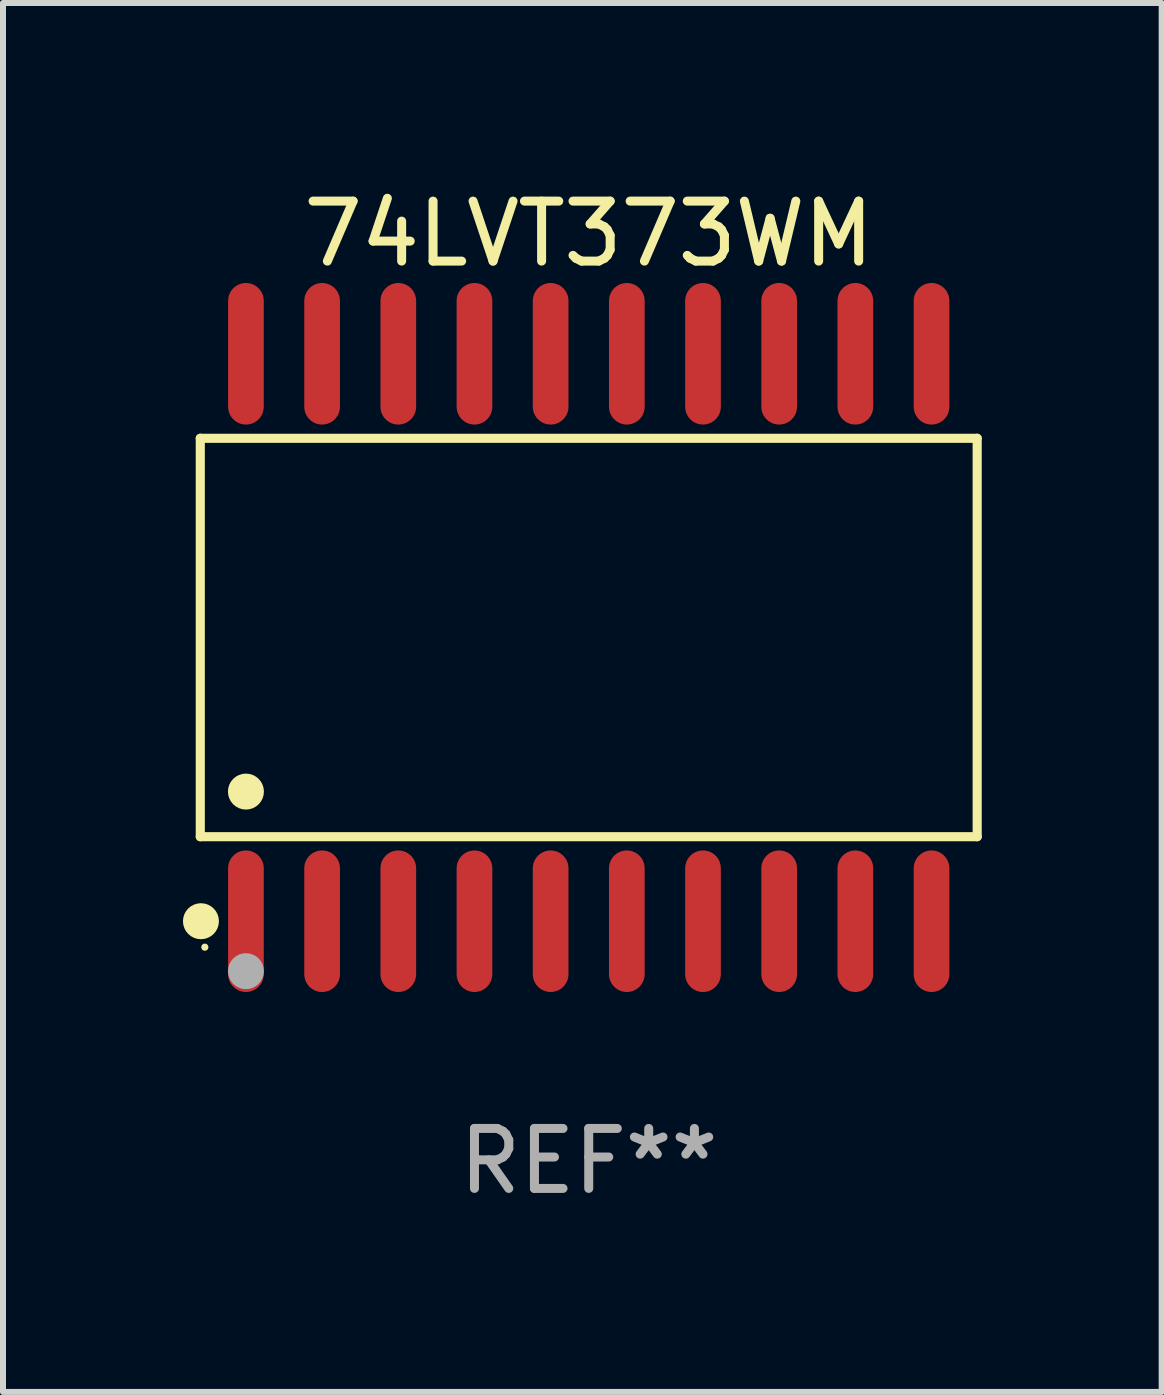
<source format=kicad_pcb>
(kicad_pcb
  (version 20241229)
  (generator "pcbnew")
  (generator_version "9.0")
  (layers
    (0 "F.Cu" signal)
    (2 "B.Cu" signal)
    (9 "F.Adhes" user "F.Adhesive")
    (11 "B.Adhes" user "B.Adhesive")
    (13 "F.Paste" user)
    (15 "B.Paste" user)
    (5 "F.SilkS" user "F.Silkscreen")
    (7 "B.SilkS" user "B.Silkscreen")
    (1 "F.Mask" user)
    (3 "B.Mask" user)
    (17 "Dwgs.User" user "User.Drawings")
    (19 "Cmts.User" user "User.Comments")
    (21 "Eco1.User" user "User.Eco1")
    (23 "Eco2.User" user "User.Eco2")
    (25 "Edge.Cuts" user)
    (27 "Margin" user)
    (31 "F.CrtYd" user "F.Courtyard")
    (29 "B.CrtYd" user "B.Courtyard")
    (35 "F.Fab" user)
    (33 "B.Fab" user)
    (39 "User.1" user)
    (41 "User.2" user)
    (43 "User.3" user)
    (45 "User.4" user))
  (footprint "74LVT373WM"
    (layer "F.Cu")
    (at 6.765 7.578)
    (property "Reference" "74LVT373WM" (at 0 -6.73 0) (layer "F.SilkS") (effects (font (size 1 1) (thickness 0.15))))
    (attr through_hole)
    (fp_line (start -6.476 -3.321) (end 6.476 -3.321) (stroke (width 0.152) (type solid)) (layer "F.SilkS"))
    (fp_line (start -6.476 3.321) (end -6.476 -3.321) (stroke (width 0.152) (type solid)) (layer "F.SilkS"))
    (fp_line (start 6.476 -3.321) (end 6.476 3.321) (stroke (width 0.152) (type solid)) (layer "F.SilkS"))
    (fp_line (start 6.476 3.321) (end -6.476 3.321) (stroke (width 0.152) (type solid)) (layer "F.SilkS"))
    (fp_circle (center -6.465 4.73) (end -6.315 4.73) (stroke (width 0.3) (type solid)) (fill no) (layer "F.SilkS"))
    (fp_circle (center -6.4 5.163) (end -6.37 5.163) (stroke (width 0.06) (type solid)) (fill no) (layer "F.SilkS"))
    (fp_circle (center -5.715 2.569) (end -5.565 2.569) (stroke (width 0.3) (type solid)) (fill no) (layer "F.SilkS"))
    (fp_circle (center -5.715 5.563) (end -5.565 5.563) (stroke (width 0.3) (type solid)) (fill no) (layer "F.Fab"))
    (fp_text user "REF**" (at 0 8.73 0) (layer "F.Fab") (effects (font (size 1 1) (thickness 0.15))))
    (pad "1" smd oval (at -5.715 4.73) (size 0.595 2.36) (layers "F.Cu" "F.Mask" "F.Paste"))
    (pad "2" smd oval (at -4.445 4.73) (size 0.595 2.36) (layers "F.Cu" "F.Mask" "F.Paste"))
    (pad "3" smd oval (at -3.175 4.73) (size 0.595 2.36) (layers "F.Cu" "F.Mask" "F.Paste"))
    (pad "4" smd oval (at -1.905 4.73) (size 0.595 2.36) (layers "F.Cu" "F.Mask" "F.Paste"))
    (pad "5" smd oval (at -0.635 4.73) (size 0.595 2.36) (layers "F.Cu" "F.Mask" "F.Paste"))
    (pad "6" smd oval (at 0.635 4.73) (size 0.595 2.36) (layers "F.Cu" "F.Mask" "F.Paste"))
    (pad "7" smd oval (at 1.905 4.73) (size 0.595 2.36) (layers "F.Cu" "F.Mask" "F.Paste"))
    (pad "8" smd oval (at 3.175 4.73) (size 0.595 2.36) (layers "F.Cu" "F.Mask" "F.Paste"))
    (pad "9" smd oval (at 4.445 4.73) (size 0.595 2.36) (layers "F.Cu" "F.Mask" "F.Paste"))
    (pad "10" smd oval (at 5.715 4.73) (size 0.595 2.36) (layers "F.Cu" "F.Mask" "F.Paste"))
    (pad "11" smd oval (at 5.715 -4.73) (size 0.595 2.36) (layers "F.Cu" "F.Mask" "F.Paste"))
    (pad "12" smd oval (at 4.445 -4.73) (size 0.595 2.36) (layers "F.Cu" "F.Mask" "F.Paste"))
    (pad "13" smd oval (at 3.175 -4.73) (size 0.595 2.36) (layers "F.Cu" "F.Mask" "F.Paste"))
    (pad "14" smd oval (at 1.905 -4.73) (size 0.595 2.36) (layers "F.Cu" "F.Mask" "F.Paste"))
    (pad "15" smd oval (at 0.635 -4.73) (size 0.595 2.36) (layers "F.Cu" "F.Mask" "F.Paste"))
    (pad "16" smd oval (at -0.635 -4.73) (size 0.595 2.36) (layers "F.Cu" "F.Mask" "F.Paste"))
    (pad "17" smd oval (at -1.905 -4.73) (size 0.595 2.36) (layers "F.Cu" "F.Mask" "F.Paste"))
    (pad "18" smd oval (at -3.175 -4.73) (size 0.595 2.36) (layers "F.Cu" "F.Mask" "F.Paste"))
    (pad "19" smd oval (at -4.445 -4.73) (size 0.595 2.36) (layers "F.Cu" "F.Mask" "F.Paste"))
    (pad "20" smd oval (at -5.715 -4.73) (size 0.595 2.36) (layers "F.Cu" "F.Mask" "F.Paste")))
  (gr_rect
    (start -3 -3)
    (end 16.317 20.156)
    (stroke (width 0.1) (type default))
    (fill no)
    (layer "Edge.Cuts")))
</source>
